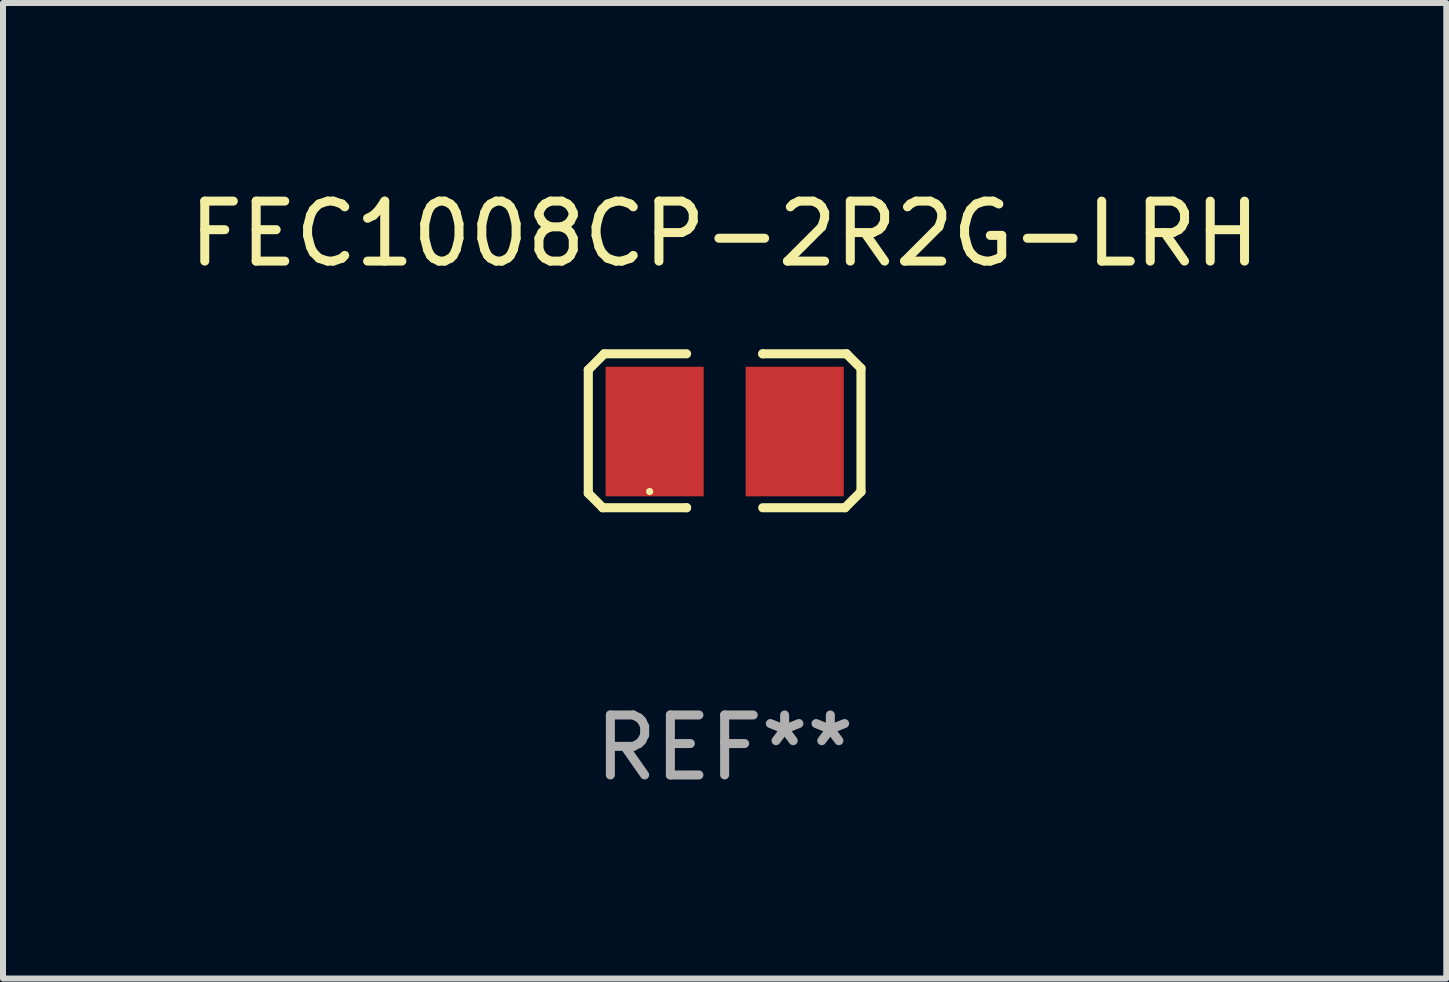
<source format=kicad_pcb>
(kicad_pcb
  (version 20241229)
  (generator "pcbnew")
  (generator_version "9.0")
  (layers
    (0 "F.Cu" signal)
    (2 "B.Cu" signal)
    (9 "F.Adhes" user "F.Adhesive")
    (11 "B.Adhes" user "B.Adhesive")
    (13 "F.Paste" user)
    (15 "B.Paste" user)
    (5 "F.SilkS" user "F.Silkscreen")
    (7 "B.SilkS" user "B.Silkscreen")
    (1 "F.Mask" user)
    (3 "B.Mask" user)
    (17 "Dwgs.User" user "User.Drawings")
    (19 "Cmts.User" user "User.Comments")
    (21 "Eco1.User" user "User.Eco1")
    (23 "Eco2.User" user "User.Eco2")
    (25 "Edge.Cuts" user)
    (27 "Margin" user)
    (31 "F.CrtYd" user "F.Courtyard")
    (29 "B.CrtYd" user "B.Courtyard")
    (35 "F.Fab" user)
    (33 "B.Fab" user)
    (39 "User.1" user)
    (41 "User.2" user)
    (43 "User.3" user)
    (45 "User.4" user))
  (footprint "FEC1008CP-2R2G-LRH"
    (layer "F.Cu")
    (at 9.03 4.131)
    (property "Reference" "FEC1008CP-2R2G-LRH" (at 0 -3.283 0) (layer "F.SilkS") (effects (font (size 1 1) (thickness 0.15))))
    (attr through_hole)
    (fp_line (start -2.273 -1.016) (end -2.007 -1.283) (stroke (width 0.152) (type solid)) (layer "F.SilkS"))
    (fp_line (start -2.273 1.041) (end -2.273 -1.016) (stroke (width 0.152) (type solid)) (layer "F.SilkS"))
    (fp_line (start -2.032 1.283) (end -2.273 1.041) (stroke (width 0.152) (type solid)) (layer "F.SilkS"))
    (fp_line (start -2.007 -1.283) (end -0.635 -1.283) (stroke (width 0.152) (type solid)) (layer "F.SilkS"))
    (fp_line (start -0.635 1.283) (end -2.032 1.283) (stroke (width 0.152) (type solid)) (layer "F.SilkS"))
    (fp_line (start -0.635 1.283) (end -0.635 1.283) (stroke (width 0.152) (type solid)) (layer "F.SilkS"))
    (fp_line (start 0.635 -1.283) (end 0.635 -1.283) (stroke (width 0.152) (type solid)) (layer "F.SilkS"))
    (fp_line (start 0.635 -1.283) (end 2.032 -1.283) (stroke (width 0.152) (type solid)) (layer "F.SilkS"))
    (fp_line (start 2.007 1.283) (end 0.635 1.283) (stroke (width 0.152) (type solid)) (layer "F.SilkS"))
    (fp_line (start 2.032 -1.283) (end 2.273 -1.041) (stroke (width 0.152) (type solid)) (layer "F.SilkS"))
    (fp_line (start 2.273 -1.041) (end 2.273 1.016) (stroke (width 0.152) (type solid)) (layer "F.SilkS"))
    (fp_line (start 2.273 1.016) (end 2.007 1.283) (stroke (width 0.152) (type solid)) (layer "F.SilkS"))
    (fp_circle (center -1.25 1.013) (end -1.22 1.013) (stroke (width 0.06) (type solid)) (fill no) (layer "F.SilkS"))
    (fp_text user "REF**" (at 0 5.283 0) (layer "F.Fab") (effects (font (size 1 1) (thickness 0.15))))
    (pad "1" smd rect (at -1.167 0.013) (size 1.635 2.16) (layers "F.Cu" "F.Mask" "F.Paste"))
    (pad "2" smd rect (at 1.168 0.013) (size 1.635 2.16) (layers "F.Cu" "F.Mask" "F.Paste")))
  (gr_rect
    (start -3 -3)
    (end 21.06 13.262)
    (stroke (width 0.1) (type default))
    (fill no)
    (layer "Edge.Cuts")))
</source>
